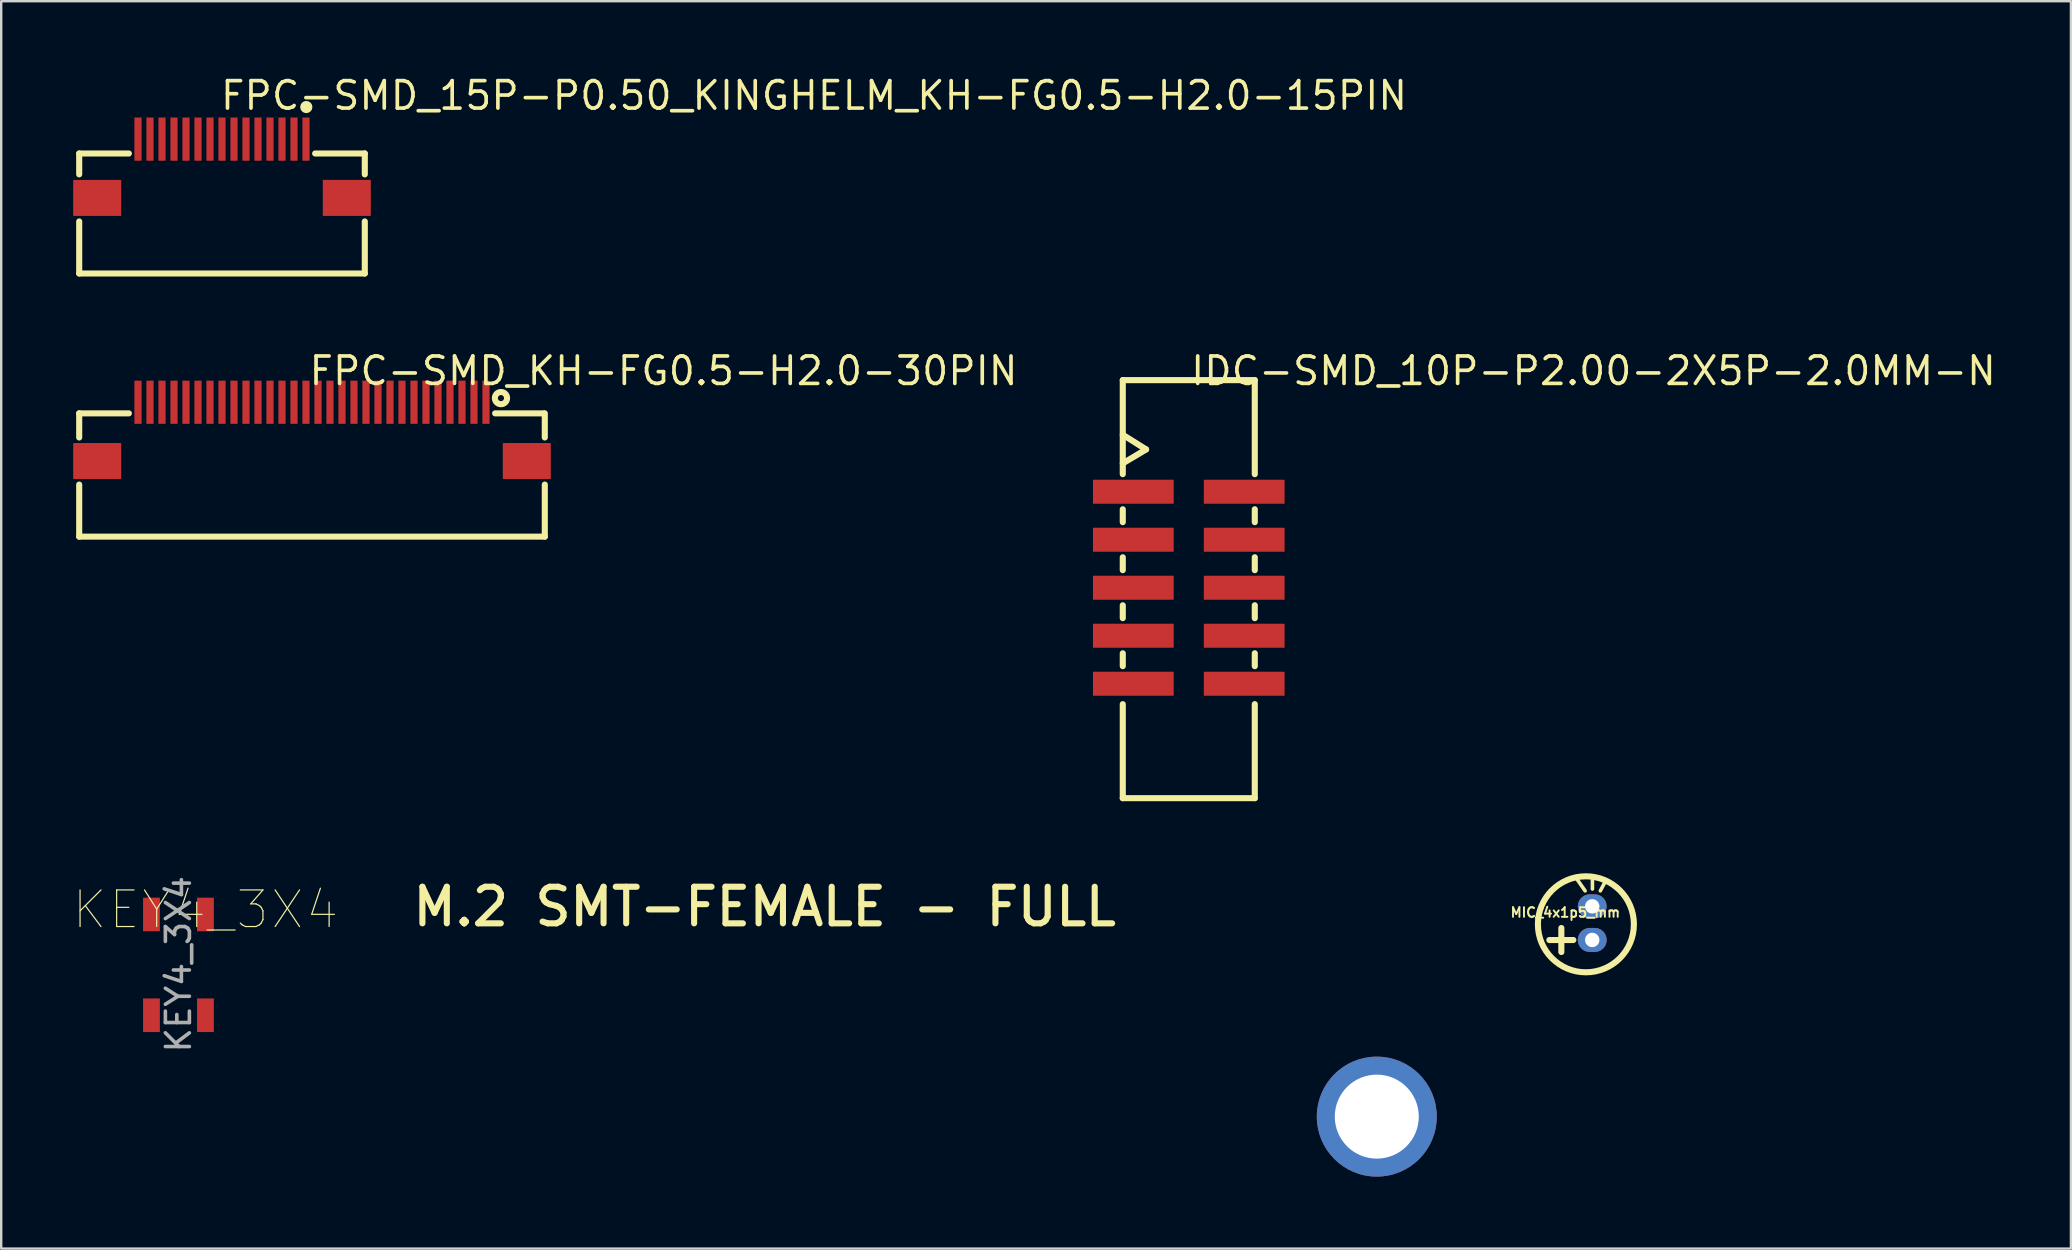
<source format=kicad_pcb>
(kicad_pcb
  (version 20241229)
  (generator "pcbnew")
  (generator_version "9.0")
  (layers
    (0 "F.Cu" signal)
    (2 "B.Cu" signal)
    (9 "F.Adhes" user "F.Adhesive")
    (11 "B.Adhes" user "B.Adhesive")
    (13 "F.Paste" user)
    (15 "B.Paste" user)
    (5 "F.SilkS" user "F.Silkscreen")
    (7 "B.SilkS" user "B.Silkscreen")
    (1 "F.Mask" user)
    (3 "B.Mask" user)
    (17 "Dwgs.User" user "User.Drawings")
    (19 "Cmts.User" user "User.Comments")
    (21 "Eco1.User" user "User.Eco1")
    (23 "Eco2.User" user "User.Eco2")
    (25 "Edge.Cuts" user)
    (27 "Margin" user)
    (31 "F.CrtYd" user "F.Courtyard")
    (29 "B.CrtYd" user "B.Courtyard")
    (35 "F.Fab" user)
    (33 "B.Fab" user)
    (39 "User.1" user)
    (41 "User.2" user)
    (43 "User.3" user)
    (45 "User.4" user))
  (footprint "IDC-SMD_10P-P2.00-2X5P-2.0MM-N"
    (layer "F.Cu")
    (at 46.483 24.439)
    (property "Reference" "IDC-SMD_10P-P2.00-2X5P-2.0MM-N" (at -0.000127 -11.367 0) (unlocked yes) (layer "F.SilkS") (effects (font (size 1.143 1.143) (thickness 0.152)) (justify left bottom)))
    (fp_line (start -2.75 -11.65) (end 2.75 -11.65) (stroke (width 0.254) (type solid)) (layer "F.SilkS"))
    (fp_line (start -2.75 -9.374) (end -1.778 -8.763) (stroke (width 0.254) (type solid)) (layer "F.SilkS"))
    (fp_line (start -2.75 -8.182) (end -1.778 -8.763) (stroke (width 0.254) (type solid)) (layer "F.SilkS"))
    (fp_line (start -2.75 -7.731) (end -2.75 -11.65) (stroke (width 0.254) (type solid)) (layer "F.SilkS"))
    (fp_line (start -2.75 -5.731) (end -2.75 -6.269) (stroke (width 0.254) (type solid)) (layer "F.SilkS"))
    (fp_line (start -2.75 -3.731) (end -2.75 -4.269) (stroke (width 0.254) (type solid)) (layer "F.SilkS"))
    (fp_line (start -2.75 -1.731) (end -2.75 -2.269) (stroke (width 0.254) (type solid)) (layer "F.SilkS"))
    (fp_line (start -2.75 0.269) (end -2.75 -0.269) (stroke (width 0.254) (type solid)) (layer "F.SilkS"))
    (fp_line (start -2.75 5.769) (end -2.75 1.851) (stroke (width 0.254) (type solid)) (layer "F.SilkS"))
    (fp_line (start -2.75 5.769) (end 2.75 5.769) (stroke (width 0.254) (type solid)) (layer "F.SilkS"))
    (fp_line (start 2.75 -7.731) (end 2.75 -11.65) (stroke (width 0.254) (type solid)) (layer "F.SilkS"))
    (fp_line (start 2.75 -5.731) (end 2.75 -6.269) (stroke (width 0.254) (type solid)) (layer "F.SilkS"))
    (fp_line (start 2.75 -3.731) (end 2.75 -4.269) (stroke (width 0.254) (type solid)) (layer "F.SilkS"))
    (fp_line (start 2.75 -1.731) (end 2.75 -2.269) (stroke (width 0.254) (type solid)) (layer "F.SilkS"))
    (fp_line (start 2.75 0.269) (end 2.75 -0.269) (stroke (width 0.254) (type solid)) (layer "F.SilkS"))
    (fp_line (start 2.75 5.769) (end 2.75 1.851) (stroke (width 0.254) (type solid)) (layer "F.SilkS"))
    (fp_circle (center -3.708 -7.1) (end -3.708 -7.25) (stroke (width 0.3) (type solid)) (fill no) (layer "Eco1.User"))
    (pad "1" smd rect (at -2.31 -7) (size 3.365 1) (layers "F.Cu" "F.Mask" "F.Paste"))
    (pad "2" smd rect (at 2.31 -7) (size 3.365 1) (layers "F.Cu" "F.Mask" "F.Paste"))
    (pad "3" smd rect (at -2.31 -5) (size 3.365 1) (layers "F.Cu" "F.Mask" "F.Paste"))
    (pad "4" smd rect (at 2.31 -5) (size 3.365 1) (layers "F.Cu" "F.Mask" "F.Paste"))
    (pad "5" smd rect (at -2.31 -3) (size 3.365 1) (layers "F.Cu" "F.Mask" "F.Paste"))
    (pad "6" smd rect (at 2.31 -3) (size 3.365 1) (layers "F.Cu" "F.Mask" "F.Paste"))
    (pad "7" smd rect (at -2.31 -1) (size 3.365 1) (layers "F.Cu" "F.Mask" "F.Paste"))
    (pad "8" smd rect (at 2.31 -1) (size 3.365 1) (layers "F.Cu" "F.Mask" "F.Paste"))
    (pad "9" smd rect (at -2.31 1) (size 3.365 1) (layers "F.Cu" "F.Mask" "F.Paste"))
    (pad "10" smd rect (at 2.31 1) (size 3.365 1) (layers "F.Cu" "F.Mask" "F.Paste")))
  (footprint "MIC_4x1p5_mm"
    (layer "F.Cu")
    (at 62.944 35.44)
    (property "Reference" "MIC_4x1p5_mm" (at -0.77 -0.47 0) (unlocked yes) (layer "F.SilkS") (effects (font (size 0.4 0.4) (thickness 0.08))))
    (attr through_hole)
    (fp_line (start -0.937 0.178) (end -0.937 1.178) (stroke (width 0.254) (type solid)) (layer "F.SilkS"))
    (fp_line (start -0.437 0.678) (end -1.437 0.678) (stroke (width 0.254) (type solid)) (layer "F.SilkS"))
    (fp_line (start -0.302 -1.879) (end 0.053 -1.371) (stroke (width 0.15) (type solid)) (layer "F.SilkS"))
    (fp_line (start 0.358 -1.955) (end 0.358 -1.447) (stroke (width 0.15) (type solid)) (layer "F.SilkS"))
    (fp_line (start 0.917 -1.803) (end 0.688 -1.371) (stroke (width 0.15) (type solid)) (layer "F.SilkS"))
    (fp_circle (center 0.086 0.023) (end -1.914 0.023) (stroke (width 0.254) (type solid)) (fill no) (layer "F.SilkS"))
    (pad "1" thru_hole oval (at 0.35 -0.725 180) (size 1.2 1) (drill 0.6) (layers "*.Cu" "*.Mask"))
    (pad "2" thru_hole oval (at 0.35 0.675 180) (size 1.2 1) (drill 0.6) (layers "*.Cu" "*.Mask")))
  (footprint "M.2 SMT-FEMALE - FULL"
    (layer "F.Cu")
    (at 54.317 43.477)
    (property "Reference" "M.2 SMT-FEMALE - FULL" (at -40.296 -7.855 0) (unlocked yes) (layer "F.SilkS") (effects (font (size 1.524 1.524) (thickness 0.254)) (justify left bottom)))
    (pad "1" thru_hole circle (at 0 0 90) (size 5 5) (drill 3.5) (layers "*.Cu" "*.Mask")))
  (footprint "FPC-SMD_15P-P0.50_KINGHELM_KH-FG0.5-H2.0-15PIN"
    (layer "F.Cu")
    (at 6.2 3.971)
    (property "Reference" "FPC-SMD_15P-P0.50_KINGHELM_KH-FG0.5-H2.0-15PIN" (at -0.143 -2.37 0) (unlocked yes) (layer "F.SilkS") (effects (font (size 1.143 1.143) (thickness 0.152)) (justify left bottom)))
    (fp_line (start -5.95 -0.625) (end -3.881 -0.625) (stroke (width 0.254) (type solid)) (layer "F.SilkS"))
    (fp_line (start -5.95 0.244) (end -5.95 -0.625) (stroke (width 0.254) (type solid)) (layer "F.SilkS"))
    (fp_line (start -5.95 4.375) (end -5.95 2.206) (stroke (width 0.254) (type solid)) (layer "F.SilkS"))
    (fp_line (start -5.95 4.375) (end 5.95 4.375) (stroke (width 0.254) (type solid)) (layer "F.SilkS"))
    (fp_line (start 3.881 -0.625) (end 5.95 -0.625) (stroke (width 0.254) (type solid)) (layer "F.SilkS"))
    (fp_line (start 5.95 0.244) (end 5.95 -0.625) (stroke (width 0.254) (type solid)) (layer "F.SilkS"))
    (fp_line (start 5.95 4.375) (end 5.95 2.206) (stroke (width 0.254) (type solid)) (layer "F.SilkS"))
    (fp_circle (center 3.513 -2.561) (end 3.513 -2.688) (stroke (width 0.254) (type solid)) (fill no) (layer "F.SilkS"))
    (pad "1" smd rect (at 3.5 -1.225 180) (size 0.3 1.8) (layers "F.Cu" "F.Mask" "F.Paste"))
    (pad "2" smd rect (at 3 -1.225 180) (size 0.3 1.8) (layers "F.Cu" "F.Mask" "F.Paste"))
    (pad "3" smd rect (at 2.5 -1.225 180) (size 0.3 1.8) (layers "F.Cu" "F.Mask" "F.Paste"))
    (pad "4" smd rect (at 2 -1.225 180) (size 0.3 1.8) (layers "F.Cu" "F.Mask" "F.Paste"))
    (pad "5" smd rect (at 1.5 -1.225 180) (size 0.3 1.8) (layers "F.Cu" "F.Mask" "F.Paste"))
    (pad "6" smd rect (at 1 -1.225 180) (size 0.3 1.8) (layers "F.Cu" "F.Mask" "F.Paste"))
    (pad "7" smd rect (at 0.5 -1.225 180) (size 0.3 1.8) (layers "F.Cu" "F.Mask" "F.Paste"))
    (pad "8" smd rect (at -0.000051 -1.225 180) (size 0.3 1.8) (layers "F.Cu" "F.Mask" "F.Paste"))
    (pad "9" smd rect (at -0.5 -1.225 180) (size 0.3 1.8) (layers "F.Cu" "F.Mask" "F.Paste"))
    (pad "10" smd rect (at -1 -1.225 180) (size 0.3 1.8) (layers "F.Cu" "F.Mask" "F.Paste"))
    (pad "11" smd rect (at -1.5 -1.225 180) (size 0.3 1.8) (layers "F.Cu" "F.Mask" "F.Paste"))
    (pad "12" smd rect (at -2 -1.225 180) (size 0.3 1.8) (layers "F.Cu" "F.Mask" "F.Paste"))
    (pad "13" smd rect (at -2.5 -1.225 180) (size 0.3 1.8) (layers "F.Cu" "F.Mask" "F.Paste"))
    (pad "14" smd rect (at -3 -1.225 180) (size 0.3 1.8) (layers "F.Cu" "F.Mask" "F.Paste"))
    (pad "15" smd rect (at -3.5 -1.225 180) (size 0.3 1.8) (layers "F.Cu" "F.Mask" "F.Paste"))
    (pad "16" smd rect (at -5.2 1.225 180) (size 2 1.5) (layers "F.Cu" "F.Mask" "F.Paste"))
    (pad "17" smd rect (at 5.2 1.225 180) (size 2 1.5) (layers "F.Cu" "F.Mask" "F.Paste")))
  (footprint "FPC-SMD_KH-FG0.5-H2.0-30PIN"
    (layer "F.Cu")
    (at 9.95 14.935)
    (property "Reference" "FPC-SMD_KH-FG0.5-H2.0-30PIN" (at -0.203 -1.862 0) (unlocked yes) (layer "F.SilkS") (effects (font (size 1.143 1.143) (thickness 0.152)) (justify left bottom)))
    (fp_line (start -9.7 -0.762) (end -7.631 -0.762) (stroke (width 0.254) (type solid)) (layer "F.SilkS"))
    (fp_line (start -9.7 0.244) (end -9.7 -0.762) (stroke (width 0.254) (type solid)) (layer "F.SilkS"))
    (fp_line (start -9.7 4.375) (end -9.7 2.206) (stroke (width 0.254) (type solid)) (layer "F.SilkS"))
    (fp_line (start -9.7 4.375) (end 9.7 4.375) (stroke (width 0.254) (type solid)) (layer "F.SilkS"))
    (fp_line (start 7.631 -0.762) (end 9.652 -0.762) (stroke (width 0.254) (type solid)) (layer "F.SilkS"))
    (fp_line (start 9.7 0.244) (end 9.7 -0.762) (stroke (width 0.254) (type solid)) (layer "F.SilkS"))
    (fp_line (start 9.7 4.375) (end 9.7 2.206) (stroke (width 0.254) (type solid)) (layer "F.SilkS"))
    (fp_circle (center 7.874 -1.397) (end 7.874 -1.651) (stroke (width 0.254) (type solid)) (fill no) (layer "F.SilkS"))
    (fp_circle (center 7.251 -1.338) (end 7.251 -1.488) (stroke (width 0.3) (type solid)) (fill no) (layer "Eco1.User"))
    (pad "1" smd rect (at 7.25 -1.225 180) (size 0.3 1.8) (layers "F.Cu" "F.Mask" "F.Paste"))
    (pad "2" smd rect (at 6.75 -1.225 180) (size 0.3 1.8) (layers "F.Cu" "F.Mask" "F.Paste"))
    (pad "3" smd rect (at 6.25 -1.225 180) (size 0.3 1.8) (layers "F.Cu" "F.Mask" "F.Paste"))
    (pad "4" smd rect (at 5.75 -1.225 180) (size 0.3 1.8) (layers "F.Cu" "F.Mask" "F.Paste"))
    (pad "5" smd rect (at 5.25 -1.225 180) (size 0.3 1.8) (layers "F.Cu" "F.Mask" "F.Paste"))
    (pad "6" smd rect (at 4.75 -1.225 180) (size 0.3 1.8) (layers "F.Cu" "F.Mask" "F.Paste"))
    (pad "7" smd rect (at 4.25 -1.225 180) (size 0.3 1.8) (layers "F.Cu" "F.Mask" "F.Paste"))
    (pad "8" smd rect (at 3.75 -1.225 180) (size 0.3 1.8) (layers "F.Cu" "F.Mask" "F.Paste"))
    (pad "9" smd rect (at 3.25 -1.225 180) (size 0.3 1.8) (layers "F.Cu" "F.Mask" "F.Paste"))
    (pad "10" smd rect (at 2.75 -1.225 180) (size 0.3 1.8) (layers "F.Cu" "F.Mask" "F.Paste"))
    (pad "11" smd rect (at 2.25 -1.225 180) (size 0.3 1.8) (layers "F.Cu" "F.Mask" "F.Paste"))
    (pad "12" smd rect (at 1.75 -1.225 180) (size 0.3 1.8) (layers "F.Cu" "F.Mask" "F.Paste"))
    (pad "13" smd rect (at 1.25 -1.225 180) (size 0.3 1.8) (layers "F.Cu" "F.Mask" "F.Paste"))
    (pad "14" smd rect (at 0.75 -1.225 180) (size 0.3 1.8) (layers "F.Cu" "F.Mask" "F.Paste"))
    (pad "15" smd rect (at 0.25 -1.225 180) (size 0.3 1.8) (layers "F.Cu" "F.Mask" "F.Paste"))
    (pad "16" smd rect (at -0.25 -1.225 180) (size 0.3 1.8) (layers "F.Cu" "F.Mask" "F.Paste"))
    (pad "17" smd rect (at -0.75 -1.225 180) (size 0.3 1.8) (layers "F.Cu" "F.Mask" "F.Paste"))
    (pad "18" smd rect (at -1.25 -1.225 180) (size 0.3 1.8) (layers "F.Cu" "F.Mask" "F.Paste"))
    (pad "19" smd rect (at -1.75 -1.225 180) (size 0.3 1.8) (layers "F.Cu" "F.Mask" "F.Paste"))
    (pad "20" smd rect (at -2.25 -1.225 180) (size 0.3 1.8) (layers "F.Cu" "F.Mask" "F.Paste"))
    (pad "21" smd rect (at -2.75 -1.225 180) (size 0.3 1.8) (layers "F.Cu" "F.Mask" "F.Paste"))
    (pad "22" smd rect (at -3.25 -1.225 180) (size 0.3 1.8) (layers "F.Cu" "F.Mask" "F.Paste"))
    (pad "23" smd rect (at -3.75 -1.225 180) (size 0.3 1.8) (layers "F.Cu" "F.Mask" "F.Paste"))
    (pad "24" smd rect (at -4.25 -1.225 180) (size 0.3 1.8) (layers "F.Cu" "F.Mask" "F.Paste"))
    (pad "25" smd rect (at -4.75 -1.225 180) (size 0.3 1.8) (layers "F.Cu" "F.Mask" "F.Paste"))
    (pad "26" smd rect (at -5.25 -1.225 180) (size 0.3 1.8) (layers "F.Cu" "F.Mask" "F.Paste"))
    (pad "27" smd rect (at -5.75 -1.225 180) (size 0.3 1.8) (layers "F.Cu" "F.Mask" "F.Paste"))
    (pad "28" smd rect (at -6.25 -1.225 180) (size 0.3 1.8) (layers "F.Cu" "F.Mask" "F.Paste"))
    (pad "29" smd rect (at -6.75 -1.225 180) (size 0.3 1.8) (layers "F.Cu" "F.Mask" "F.Paste"))
    (pad "30" smd rect (at -7.25 -1.225 180) (size 0.3 1.8) (layers "F.Cu" "F.Mask" "F.Paste"))
    (pad "31" smd rect (at -8.95 1.225 270) (size 1.5 2) (layers "F.Cu" "F.Mask" "F.Paste"))
    (pad "32" smd rect (at 8.95 1.225 270) (size 1.5 2) (layers "F.Cu" "F.Mask" "F.Paste")))
  (footprint "KEY4_3X4"
    (layer "F.Cu")
    (at 5.511 34.853)
    (property "Reference" "KEY4_3X4" (at 0 0 0) (layer "F.SilkS") (effects (font (size 1.524 1.524) (thickness 0.05))))
    (attr smd)
    (fp_text user "${REFERENCE}" (at -1.125 2.275 90) (unlocked yes) (layer "F.Fab") (effects (font (size 1 1) (thickness 0.15))))
    (pad "1" smd rect (at 0 0.2 90) (size 1.4 0.7) (layers "F.Cu" "F.Mask" "F.Paste"))
    (pad "1" smd rect (at 0 4.4 90) (size 1.4 0.7) (layers "F.Cu" "F.Mask" "F.Paste"))
    (pad "2" smd rect (at -2.25 0.2 90) (size 1.4 0.7) (layers "F.Cu" "F.Mask" "F.Paste"))
    (pad "2" smd rect (at -2.25 4.4 90) (size 1.4 0.7) (layers "F.Cu" "F.Mask" "F.Paste")))
  (gr_rect
    (start -3 -3)
    (end 83.24 48.977)
    (stroke (width 0.1) (type default))
    (fill no)
    (layer "Edge.Cuts")))
</source>
